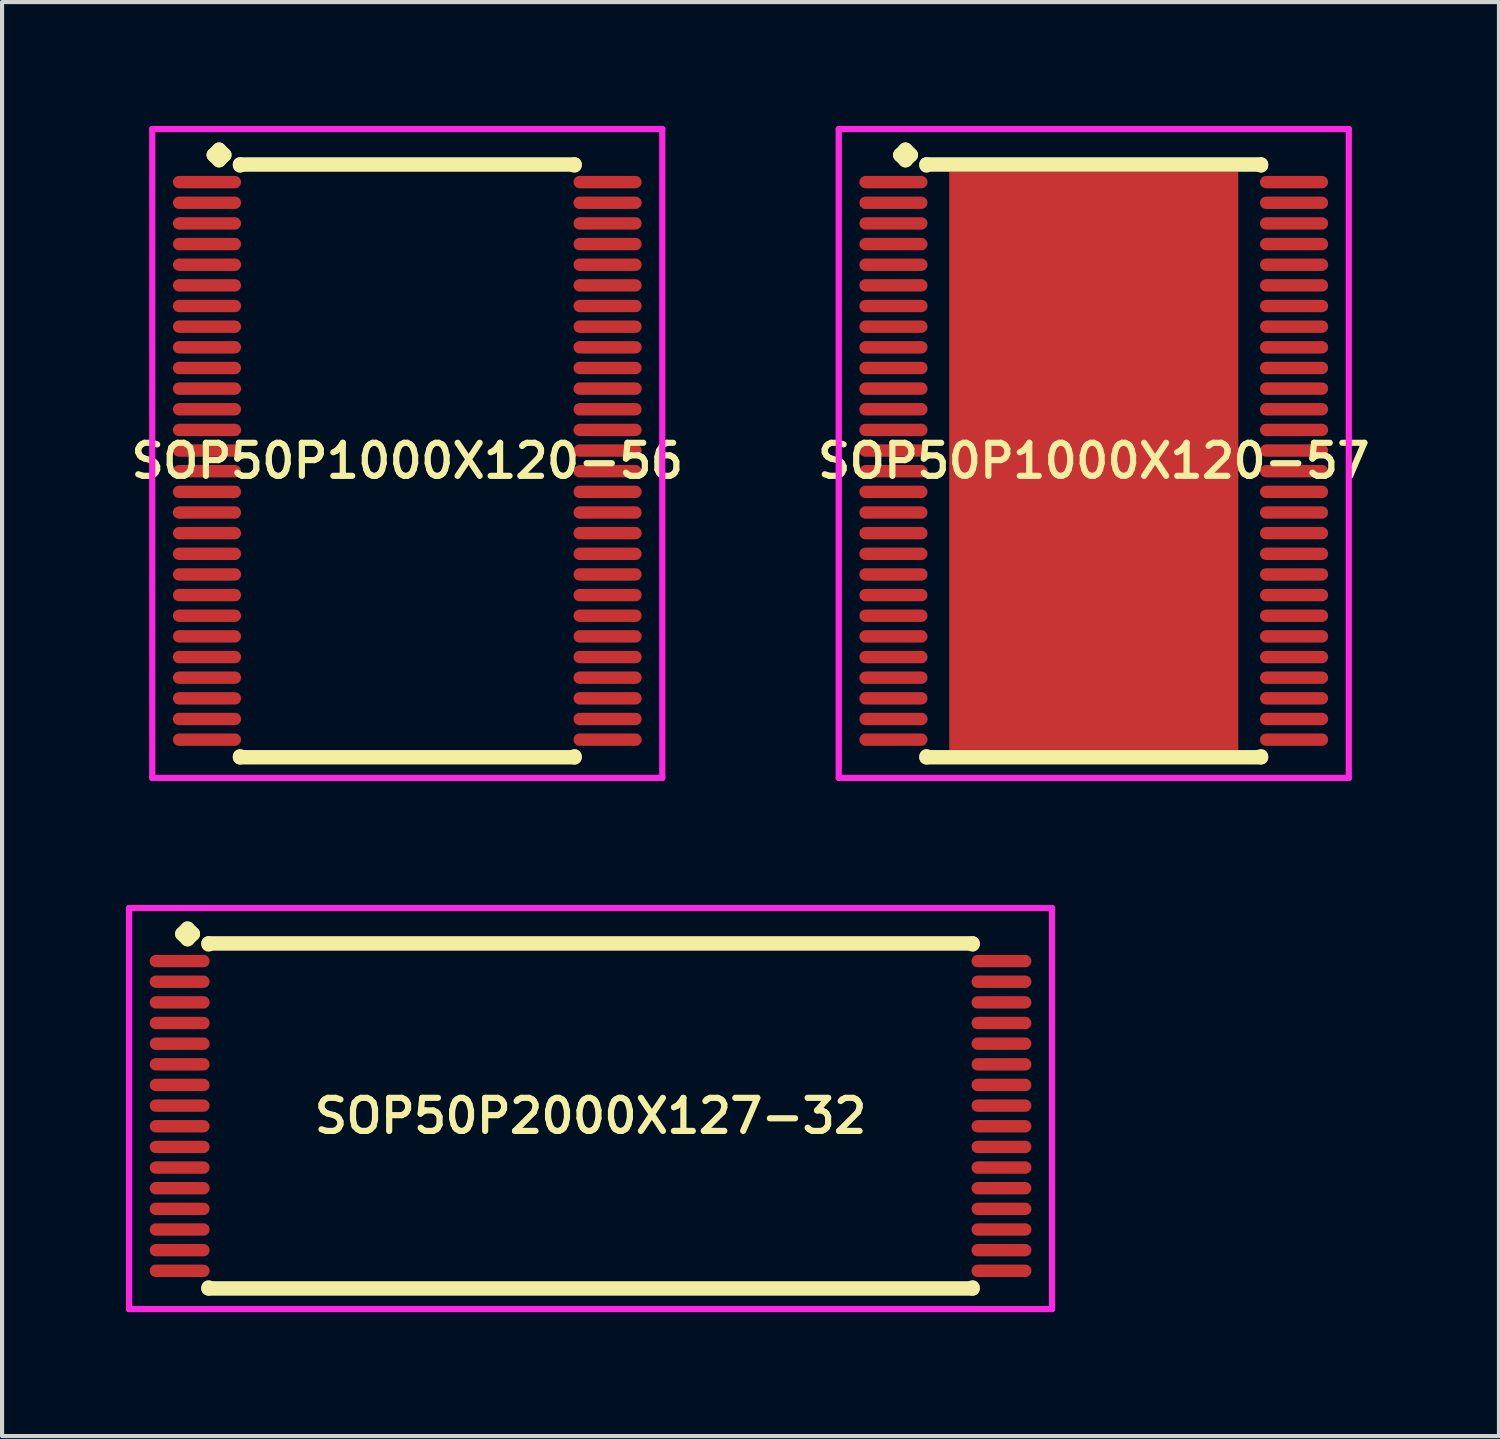
<source format=kicad_pcb>
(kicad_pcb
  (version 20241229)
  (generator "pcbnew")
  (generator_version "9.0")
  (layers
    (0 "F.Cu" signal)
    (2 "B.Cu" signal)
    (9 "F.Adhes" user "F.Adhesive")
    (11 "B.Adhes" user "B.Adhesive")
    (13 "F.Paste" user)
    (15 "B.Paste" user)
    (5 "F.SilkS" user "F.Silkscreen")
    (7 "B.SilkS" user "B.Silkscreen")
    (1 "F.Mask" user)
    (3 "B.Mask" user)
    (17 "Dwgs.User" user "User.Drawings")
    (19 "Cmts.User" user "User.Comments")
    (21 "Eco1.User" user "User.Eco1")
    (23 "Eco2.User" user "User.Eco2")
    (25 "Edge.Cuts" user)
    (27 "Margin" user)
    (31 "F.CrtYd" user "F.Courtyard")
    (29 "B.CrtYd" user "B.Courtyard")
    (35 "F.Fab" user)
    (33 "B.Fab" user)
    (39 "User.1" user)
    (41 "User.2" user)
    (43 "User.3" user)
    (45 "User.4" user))
  (footprint "SOP50P1000X120-56"
    (layer "F.Cu")
    (at 6.812 8.11)
    (property "Reference" "SOP50P1000X120-56" (at 0 0 0) (layer "F.SilkS") (effects (font (size 0.8 0.8) (thickness 0.15))))
    (attr smd)
    (fp_line (start -4.685 -7.408) (end -4.558 -7.535) (stroke (width 0.35) (type solid)) (layer "F.SilkS"))
    (fp_line (start -4.558 -7.535) (end -4.431 -7.408) (stroke (width 0.35) (type solid)) (layer "F.SilkS"))
    (fp_line (start -4.558 -7.281) (end -4.685 -7.408) (stroke (width 0.35) (type solid)) (layer "F.SilkS"))
    (fp_line (start -4.431 -7.408) (end -4.558 -7.281) (stroke (width 0.35) (type solid)) (layer "F.SilkS"))
    (fp_line (start -4.05 -7.177) (end 4.05 -7.177) (stroke (width 0.35) (type solid)) (layer "F.SilkS"))
    (fp_line (start -4.05 -7.154) (end -4.05 -7.177) (stroke (width 0.35) (type solid)) (layer "F.SilkS"))
    (fp_line (start -4.05 7.154) (end -4.05 7.177) (stroke (width 0.35) (type solid)) (layer "F.SilkS"))
    (fp_line (start -4.05 7.177) (end 4.05 7.177) (stroke (width 0.35) (type solid)) (layer "F.SilkS"))
    (fp_line (start 4.05 -7.177) (end 4.05 -7.154) (stroke (width 0.35) (type solid)) (layer "F.SilkS"))
    (fp_line (start 4.05 7.177) (end 4.05 7.154) (stroke (width 0.35) (type solid)) (layer "F.SilkS"))
    (fp_line (start -6.175 -8.035) (end 6.175 -8.035) (stroke (width 0.15) (type solid)) (layer "F.CrtYd"))
    (fp_line (start -6.175 7.677) (end -6.175 -8.035) (stroke (width 0.15) (type solid)) (layer "F.CrtYd"))
    (fp_line (start 6.175 -8.035) (end 6.175 7.677) (stroke (width 0.15) (type solid)) (layer "F.CrtYd"))
    (fp_line (start 6.175 7.677) (end -6.175 7.677) (stroke (width 0.15) (type solid)) (layer "F.CrtYd"))
    (pad "1" smd oval (at -4.85 -6.75) (size 1.65 0.3) (layers "F.Cu" "F.Mask" "F.Paste"))
    (pad "2" smd oval (at -4.85 -6.25) (size 1.65 0.3) (layers "F.Cu" "F.Mask" "F.Paste"))
    (pad "3" smd oval (at -4.85 -5.75) (size 1.65 0.3) (layers "F.Cu" "F.Mask" "F.Paste"))
    (pad "4" smd oval (at -4.85 -5.25) (size 1.65 0.3) (layers "F.Cu" "F.Mask" "F.Paste"))
    (pad "5" smd oval (at -4.85 -4.75) (size 1.65 0.3) (layers "F.Cu" "F.Mask" "F.Paste"))
    (pad "6" smd oval (at -4.85 -4.25) (size 1.65 0.3) (layers "F.Cu" "F.Mask" "F.Paste"))
    (pad "7" smd oval (at -4.85 -3.75) (size 1.65 0.3) (layers "F.Cu" "F.Mask" "F.Paste"))
    (pad "8" smd oval (at -4.85 -3.25) (size 1.65 0.3) (layers "F.Cu" "F.Mask" "F.Paste"))
    (pad "9" smd oval (at -4.85 -2.75) (size 1.65 0.3) (layers "F.Cu" "F.Mask" "F.Paste"))
    (pad "10" smd oval (at -4.85 -2.25) (size 1.65 0.3) (layers "F.Cu" "F.Mask" "F.Paste"))
    (pad "11" smd oval (at -4.85 -1.75) (size 1.65 0.3) (layers "F.Cu" "F.Mask" "F.Paste"))
    (pad "12" smd oval (at -4.85 -1.25) (size 1.65 0.3) (layers "F.Cu" "F.Mask" "F.Paste"))
    (pad "13" smd oval (at -4.85 -0.75) (size 1.65 0.3) (layers "F.Cu" "F.Mask" "F.Paste"))
    (pad "14" smd oval (at -4.85 -0.25) (size 1.65 0.3) (layers "F.Cu" "F.Mask" "F.Paste"))
    (pad "15" smd oval (at -4.85 0.25) (size 1.65 0.3) (layers "F.Cu" "F.Mask" "F.Paste"))
    (pad "16" smd oval (at -4.85 0.75) (size 1.65 0.3) (layers "F.Cu" "F.Mask" "F.Paste"))
    (pad "17" smd oval (at -4.85 1.25) (size 1.65 0.3) (layers "F.Cu" "F.Mask" "F.Paste"))
    (pad "18" smd oval (at -4.85 1.75) (size 1.65 0.3) (layers "F.Cu" "F.Mask" "F.Paste"))
    (pad "19" smd oval (at -4.85 2.25) (size 1.65 0.3) (layers "F.Cu" "F.Mask" "F.Paste"))
    (pad "20" smd oval (at -4.85 2.75) (size 1.65 0.3) (layers "F.Cu" "F.Mask" "F.Paste"))
    (pad "21" smd oval (at -4.85 3.25) (size 1.65 0.3) (layers "F.Cu" "F.Mask" "F.Paste"))
    (pad "22" smd oval (at -4.85 3.75) (size 1.65 0.3) (layers "F.Cu" "F.Mask" "F.Paste"))
    (pad "23" smd oval (at -4.85 4.25) (size 1.65 0.3) (layers "F.Cu" "F.Mask" "F.Paste"))
    (pad "24" smd oval (at -4.85 4.75) (size 1.65 0.3) (layers "F.Cu" "F.Mask" "F.Paste"))
    (pad "25" smd oval (at -4.85 5.25) (size 1.65 0.3) (layers "F.Cu" "F.Mask" "F.Paste"))
    (pad "26" smd oval (at -4.85 5.75) (size 1.65 0.3) (layers "F.Cu" "F.Mask" "F.Paste"))
    (pad "27" smd oval (at -4.85 6.25) (size 1.65 0.3) (layers "F.Cu" "F.Mask" "F.Paste"))
    (pad "28" smd oval (at -4.85 6.75) (size 1.65 0.3) (layers "F.Cu" "F.Mask" "F.Paste"))
    (pad "29" smd oval (at 4.85 6.75) (size 1.65 0.3) (layers "F.Cu" "F.Mask" "F.Paste"))
    (pad "30" smd oval (at 4.85 6.25) (size 1.65 0.3) (layers "F.Cu" "F.Mask" "F.Paste"))
    (pad "31" smd oval (at 4.85 5.75) (size 1.65 0.3) (layers "F.Cu" "F.Mask" "F.Paste"))
    (pad "32" smd oval (at 4.85 5.25) (size 1.65 0.3) (layers "F.Cu" "F.Mask" "F.Paste"))
    (pad "33" smd oval (at 4.85 4.75) (size 1.65 0.3) (layers "F.Cu" "F.Mask" "F.Paste"))
    (pad "34" smd oval (at 4.85 4.25) (size 1.65 0.3) (layers "F.Cu" "F.Mask" "F.Paste"))
    (pad "35" smd oval (at 4.85 3.75) (size 1.65 0.3) (layers "F.Cu" "F.Mask" "F.Paste"))
    (pad "36" smd oval (at 4.85 3.25) (size 1.65 0.3) (layers "F.Cu" "F.Mask" "F.Paste"))
    (pad "37" smd oval (at 4.85 2.75) (size 1.65 0.3) (layers "F.Cu" "F.Mask" "F.Paste"))
    (pad "38" smd oval (at 4.85 2.25) (size 1.65 0.3) (layers "F.Cu" "F.Mask" "F.Paste"))
    (pad "39" smd oval (at 4.85 1.75) (size 1.65 0.3) (layers "F.Cu" "F.Mask" "F.Paste"))
    (pad "40" smd oval (at 4.85 1.25) (size 1.65 0.3) (layers "F.Cu" "F.Mask" "F.Paste"))
    (pad "41" smd oval (at 4.85 0.75) (size 1.65 0.3) (layers "F.Cu" "F.Mask" "F.Paste"))
    (pad "42" smd oval (at 4.85 0.25) (size 1.65 0.3) (layers "F.Cu" "F.Mask" "F.Paste"))
    (pad "43" smd oval (at 4.85 -0.25) (size 1.65 0.3) (layers "F.Cu" "F.Mask" "F.Paste"))
    (pad "44" smd oval (at 4.85 -0.75) (size 1.65 0.3) (layers "F.Cu" "F.Mask" "F.Paste"))
    (pad "45" smd oval (at 4.85 -1.25) (size 1.65 0.3) (layers "F.Cu" "F.Mask" "F.Paste"))
    (pad "46" smd oval (at 4.85 -1.75) (size 1.65 0.3) (layers "F.Cu" "F.Mask" "F.Paste"))
    (pad "47" smd oval (at 4.85 -2.25) (size 1.65 0.3) (layers "F.Cu" "F.Mask" "F.Paste"))
    (pad "48" smd oval (at 4.85 -2.75) (size 1.65 0.3) (layers "F.Cu" "F.Mask" "F.Paste"))
    (pad "49" smd oval (at 4.85 -3.25) (size 1.65 0.3) (layers "F.Cu" "F.Mask" "F.Paste"))
    (pad "50" smd oval (at 4.85 -3.75) (size 1.65 0.3) (layers "F.Cu" "F.Mask" "F.Paste"))
    (pad "51" smd oval (at 4.85 -4.25) (size 1.65 0.3) (layers "F.Cu" "F.Mask" "F.Paste"))
    (pad "52" smd oval (at 4.85 -4.75) (size 1.65 0.3) (layers "F.Cu" "F.Mask" "F.Paste"))
    (pad "53" smd oval (at 4.85 -5.25) (size 1.65 0.3) (layers "F.Cu" "F.Mask" "F.Paste"))
    (pad "54" smd oval (at 4.85 -5.75) (size 1.65 0.3) (layers "F.Cu" "F.Mask" "F.Paste"))
    (pad "55" smd oval (at 4.85 -6.25) (size 1.65 0.3) (layers "F.Cu" "F.Mask" "F.Paste"))
    (pad "56" smd oval (at 4.85 -6.75) (size 1.65 0.3) (layers "F.Cu" "F.Mask" "F.Paste")))
  (footprint "SOP50P1000X120-57"
    (layer "F.Cu")
    (at 23.435 8.11)
    (property "Reference" "SOP50P1000X120-57" (at 0 0 0) (layer "F.SilkS") (effects (font (size 0.8 0.8) (thickness 0.15))))
    (attr smd)
    (fp_line (start -4.685 -7.408) (end -4.558 -7.535) (stroke (width 0.35) (type solid)) (layer "F.SilkS"))
    (fp_line (start -4.558 -7.535) (end -4.431 -7.408) (stroke (width 0.35) (type solid)) (layer "F.SilkS"))
    (fp_line (start -4.558 -7.281) (end -4.685 -7.408) (stroke (width 0.35) (type solid)) (layer "F.SilkS"))
    (fp_line (start -4.431 -7.408) (end -4.558 -7.281) (stroke (width 0.35) (type solid)) (layer "F.SilkS"))
    (fp_line (start -4.05 -7.177) (end 4.05 -7.177) (stroke (width 0.35) (type solid)) (layer "F.SilkS"))
    (fp_line (start -4.05 -7.154) (end -4.05 -7.177) (stroke (width 0.35) (type solid)) (layer "F.SilkS"))
    (fp_line (start -4.05 7.154) (end -4.05 7.177) (stroke (width 0.35) (type solid)) (layer "F.SilkS"))
    (fp_line (start -4.05 7.177) (end 4.05 7.177) (stroke (width 0.35) (type solid)) (layer "F.SilkS"))
    (fp_line (start 4.05 -7.177) (end 4.05 -7.154) (stroke (width 0.35) (type solid)) (layer "F.SilkS"))
    (fp_line (start 4.05 7.177) (end 4.05 7.154) (stroke (width 0.35) (type solid)) (layer "F.SilkS"))
    (fp_line (start -6.175 -8.035) (end 6.175 -8.035) (stroke (width 0.15) (type solid)) (layer "F.CrtYd"))
    (fp_line (start -6.175 7.677) (end -6.175 -8.035) (stroke (width 0.15) (type solid)) (layer "F.CrtYd"))
    (fp_line (start 6.175 -8.035) (end 6.175 7.677) (stroke (width 0.15) (type solid)) (layer "F.CrtYd"))
    (fp_line (start 6.175 7.677) (end -6.175 7.677) (stroke (width 0.15) (type solid)) (layer "F.CrtYd"))
    (pad "1" smd oval (at -4.85 -6.75) (size 1.65 0.3) (layers "F.Cu" "F.Mask" "F.Paste"))
    (pad "2" smd oval (at -4.85 -6.25) (size 1.65 0.3) (layers "F.Cu" "F.Mask" "F.Paste"))
    (pad "3" smd oval (at -4.85 -5.75) (size 1.65 0.3) (layers "F.Cu" "F.Mask" "F.Paste"))
    (pad "4" smd oval (at -4.85 -5.25) (size 1.65 0.3) (layers "F.Cu" "F.Mask" "F.Paste"))
    (pad "5" smd oval (at -4.85 -4.75) (size 1.65 0.3) (layers "F.Cu" "F.Mask" "F.Paste"))
    (pad "6" smd oval (at -4.85 -4.25) (size 1.65 0.3) (layers "F.Cu" "F.Mask" "F.Paste"))
    (pad "7" smd oval (at -4.85 -3.75) (size 1.65 0.3) (layers "F.Cu" "F.Mask" "F.Paste"))
    (pad "8" smd oval (at -4.85 -3.25) (size 1.65 0.3) (layers "F.Cu" "F.Mask" "F.Paste"))
    (pad "9" smd oval (at -4.85 -2.75) (size 1.65 0.3) (layers "F.Cu" "F.Mask" "F.Paste"))
    (pad "10" smd oval (at -4.85 -2.25) (size 1.65 0.3) (layers "F.Cu" "F.Mask" "F.Paste"))
    (pad "11" smd oval (at -4.85 -1.75) (size 1.65 0.3) (layers "F.Cu" "F.Mask" "F.Paste"))
    (pad "12" smd oval (at -4.85 -1.25) (size 1.65 0.3) (layers "F.Cu" "F.Mask" "F.Paste"))
    (pad "13" smd oval (at -4.85 -0.75) (size 1.65 0.3) (layers "F.Cu" "F.Mask" "F.Paste"))
    (pad "14" smd oval (at -4.85 -0.25) (size 1.65 0.3) (layers "F.Cu" "F.Mask" "F.Paste"))
    (pad "15" smd oval (at -4.85 0.25) (size 1.65 0.3) (layers "F.Cu" "F.Mask" "F.Paste"))
    (pad "16" smd oval (at -4.85 0.75) (size 1.65 0.3) (layers "F.Cu" "F.Mask" "F.Paste"))
    (pad "17" smd oval (at -4.85 1.25) (size 1.65 0.3) (layers "F.Cu" "F.Mask" "F.Paste"))
    (pad "18" smd oval (at -4.85 1.75) (size 1.65 0.3) (layers "F.Cu" "F.Mask" "F.Paste"))
    (pad "19" smd oval (at -4.85 2.25) (size 1.65 0.3) (layers "F.Cu" "F.Mask" "F.Paste"))
    (pad "20" smd oval (at -4.85 2.75) (size 1.65 0.3) (layers "F.Cu" "F.Mask" "F.Paste"))
    (pad "21" smd oval (at -4.85 3.25) (size 1.65 0.3) (layers "F.Cu" "F.Mask" "F.Paste"))
    (pad "22" smd oval (at -4.85 3.75) (size 1.65 0.3) (layers "F.Cu" "F.Mask" "F.Paste"))
    (pad "23" smd oval (at -4.85 4.25) (size 1.65 0.3) (layers "F.Cu" "F.Mask" "F.Paste"))
    (pad "24" smd oval (at -4.85 4.75) (size 1.65 0.3) (layers "F.Cu" "F.Mask" "F.Paste"))
    (pad "25" smd oval (at -4.85 5.25) (size 1.65 0.3) (layers "F.Cu" "F.Mask" "F.Paste"))
    (pad "26" smd oval (at -4.85 5.75) (size 1.65 0.3) (layers "F.Cu" "F.Mask" "F.Paste"))
    (pad "27" smd oval (at -4.85 6.25) (size 1.65 0.3) (layers "F.Cu" "F.Mask" "F.Paste"))
    (pad "28" smd oval (at -4.85 6.75) (size 1.65 0.3) (layers "F.Cu" "F.Mask" "F.Paste"))
    (pad "29" smd oval (at 4.85 6.75) (size 1.65 0.3) (layers "F.Cu" "F.Mask" "F.Paste"))
    (pad "30" smd oval (at 4.85 6.25) (size 1.65 0.3) (layers "F.Cu" "F.Mask" "F.Paste"))
    (pad "31" smd oval (at 4.85 5.75) (size 1.65 0.3) (layers "F.Cu" "F.Mask" "F.Paste"))
    (pad "32" smd oval (at 4.85 5.25) (size 1.65 0.3) (layers "F.Cu" "F.Mask" "F.Paste"))
    (pad "33" smd oval (at 4.85 4.75) (size 1.65 0.3) (layers "F.Cu" "F.Mask" "F.Paste"))
    (pad "34" smd oval (at 4.85 4.25) (size 1.65 0.3) (layers "F.Cu" "F.Mask" "F.Paste"))
    (pad "35" smd oval (at 4.85 3.75) (size 1.65 0.3) (layers "F.Cu" "F.Mask" "F.Paste"))
    (pad "36" smd oval (at 4.85 3.25) (size 1.65 0.3) (layers "F.Cu" "F.Mask" "F.Paste"))
    (pad "37" smd oval (at 4.85 2.75) (size 1.65 0.3) (layers "F.Cu" "F.Mask" "F.Paste"))
    (pad "38" smd oval (at 4.85 2.25) (size 1.65 0.3) (layers "F.Cu" "F.Mask" "F.Paste"))
    (pad "39" smd oval (at 4.85 1.75) (size 1.65 0.3) (layers "F.Cu" "F.Mask" "F.Paste"))
    (pad "40" smd oval (at 4.85 1.25) (size 1.65 0.3) (layers "F.Cu" "F.Mask" "F.Paste"))
    (pad "41" smd oval (at 4.85 0.75) (size 1.65 0.3) (layers "F.Cu" "F.Mask" "F.Paste"))
    (pad "42" smd oval (at 4.85 0.25) (size 1.65 0.3) (layers "F.Cu" "F.Mask" "F.Paste"))
    (pad "43" smd oval (at 4.85 -0.25) (size 1.65 0.3) (layers "F.Cu" "F.Mask" "F.Paste"))
    (pad "44" smd oval (at 4.85 -0.75) (size 1.65 0.3) (layers "F.Cu" "F.Mask" "F.Paste"))
    (pad "45" smd oval (at 4.85 -1.25) (size 1.65 0.3) (layers "F.Cu" "F.Mask" "F.Paste"))
    (pad "46" smd oval (at 4.85 -1.75) (size 1.65 0.3) (layers "F.Cu" "F.Mask" "F.Paste"))
    (pad "47" smd oval (at 4.85 -2.25) (size 1.65 0.3) (layers "F.Cu" "F.Mask" "F.Paste"))
    (pad "48" smd oval (at 4.85 -2.75) (size 1.65 0.3) (layers "F.Cu" "F.Mask" "F.Paste"))
    (pad "49" smd oval (at 4.85 -3.25) (size 1.65 0.3) (layers "F.Cu" "F.Mask" "F.Paste"))
    (pad "50" smd oval (at 4.85 -3.75) (size 1.65 0.3) (layers "F.Cu" "F.Mask" "F.Paste"))
    (pad "51" smd oval (at 4.85 -4.25) (size 1.65 0.3) (layers "F.Cu" "F.Mask" "F.Paste"))
    (pad "52" smd oval (at 4.85 -4.75) (size 1.65 0.3) (layers "F.Cu" "F.Mask" "F.Paste"))
    (pad "53" smd oval (at 4.85 -5.25) (size 1.65 0.3) (layers "F.Cu" "F.Mask" "F.Paste"))
    (pad "54" smd oval (at 4.85 -5.75) (size 1.65 0.3) (layers "F.Cu" "F.Mask" "F.Paste"))
    (pad "55" smd oval (at 4.85 -6.25) (size 1.65 0.3) (layers "F.Cu" "F.Mask" "F.Paste"))
    (pad "56" smd oval (at 4.85 -6.75) (size 1.65 0.3) (layers "F.Cu" "F.Mask" "F.Paste"))
    (pad "57" smd rect (at 0 0) (size 7 14) (layers "F.Cu" "F.Mask" "F.Paste")))
  (footprint "SOP50P2000X127-32"
    (layer "F.Cu")
    (at 11.25 23.972)
    (property "Reference" "SOP50P2000X127-32" (at 0 0 0) (layer "F.SilkS") (effects (font (size 0.8 0.8) (thickness 0.15))))
    (attr through_hole)
    (fp_line (start -9.885 -4.408) (end -9.758 -4.535) (stroke (width 0.35) (type solid)) (layer "F.SilkS"))
    (fp_line (start -9.758 -4.535) (end -9.631 -4.408) (stroke (width 0.35) (type solid)) (layer "F.SilkS"))
    (fp_line (start -9.758 -4.281) (end -9.885 -4.408) (stroke (width 0.35) (type solid)) (layer "F.SilkS"))
    (fp_line (start -9.631 -4.408) (end -9.758 -4.281) (stroke (width 0.35) (type solid)) (layer "F.SilkS"))
    (fp_line (start -9.25 -4.177) (end 9.25 -4.177) (stroke (width 0.35) (type solid)) (layer "F.SilkS"))
    (fp_line (start -9.25 -4.154) (end -9.25 -4.177) (stroke (width 0.35) (type solid)) (layer "F.SilkS"))
    (fp_line (start -9.25 4.154) (end -9.25 4.177) (stroke (width 0.35) (type solid)) (layer "F.SilkS"))
    (fp_line (start -9.25 4.177) (end 9.25 4.177) (stroke (width 0.35) (type solid)) (layer "F.SilkS"))
    (fp_line (start 9.25 -4.177) (end 9.25 -4.154) (stroke (width 0.35) (type solid)) (layer "F.SilkS"))
    (fp_line (start 9.25 4.177) (end 9.25 4.154) (stroke (width 0.35) (type solid)) (layer "F.SilkS"))
    (fp_line (start -11.175 -5.035) (end 11.175 -5.035) (stroke (width 0.15) (type solid)) (layer "F.CrtYd"))
    (fp_line (start -11.175 4.677) (end -11.175 -5.035) (stroke (width 0.15) (type solid)) (layer "F.CrtYd"))
    (fp_line (start 11.175 -5.035) (end 11.175 4.677) (stroke (width 0.15) (type solid)) (layer "F.CrtYd"))
    (fp_line (start 11.175 4.677) (end -11.175 4.677) (stroke (width 0.15) (type solid)) (layer "F.CrtYd"))
    (pad "1" smd oval (at -9.95 -3.75) (size 1.45 0.3) (layers "F.Cu" "F.Mask" "F.Paste"))
    (pad "2" smd oval (at -9.95 -3.25) (size 1.45 0.3) (layers "F.Cu" "F.Mask" "F.Paste"))
    (pad "3" smd oval (at -9.95 -2.75) (size 1.45 0.3) (layers "F.Cu" "F.Mask" "F.Paste"))
    (pad "4" smd oval (at -9.95 -2.25) (size 1.45 0.3) (layers "F.Cu" "F.Mask" "F.Paste"))
    (pad "5" smd oval (at -9.95 -1.75) (size 1.45 0.3) (layers "F.Cu" "F.Mask" "F.Paste"))
    (pad "6" smd oval (at -9.95 -1.25) (size 1.45 0.3) (layers "F.Cu" "F.Mask" "F.Paste"))
    (pad "7" smd oval (at -9.95 -0.75) (size 1.45 0.3) (layers "F.Cu" "F.Mask" "F.Paste"))
    (pad "8" smd oval (at -9.95 -0.25) (size 1.45 0.3) (layers "F.Cu" "F.Mask" "F.Paste"))
    (pad "9" smd oval (at -9.95 0.25) (size 1.45 0.3) (layers "F.Cu" "F.Mask" "F.Paste"))
    (pad "10" smd oval (at -9.95 0.75) (size 1.45 0.3) (layers "F.Cu" "F.Mask" "F.Paste"))
    (pad "11" smd oval (at -9.95 1.25) (size 1.45 0.3) (layers "F.Cu" "F.Mask" "F.Paste"))
    (pad "12" smd oval (at -9.95 1.75) (size 1.45 0.3) (layers "F.Cu" "F.Mask" "F.Paste"))
    (pad "13" smd oval (at -9.95 2.25) (size 1.45 0.3) (layers "F.Cu" "F.Mask" "F.Paste"))
    (pad "14" smd oval (at -9.95 2.75) (size 1.45 0.3) (layers "F.Cu" "F.Mask" "F.Paste"))
    (pad "15" smd oval (at -9.95 3.25) (size 1.45 0.3) (layers "F.Cu" "F.Mask" "F.Paste"))
    (pad "16" smd oval (at -9.95 3.75) (size 1.45 0.3) (layers "F.Cu" "F.Mask" "F.Paste"))
    (pad "17" smd oval (at 9.95 3.75) (size 1.45 0.3) (layers "F.Cu" "F.Mask" "F.Paste"))
    (pad "18" smd oval (at 9.95 3.25) (size 1.45 0.3) (layers "F.Cu" "F.Mask" "F.Paste"))
    (pad "19" smd oval (at 9.95 2.75) (size 1.45 0.3) (layers "F.Cu" "F.Mask" "F.Paste"))
    (pad "20" smd oval (at 9.95 2.25) (size 1.45 0.3) (layers "F.Cu" "F.Mask" "F.Paste"))
    (pad "21" smd oval (at 9.95 1.75) (size 1.45 0.3) (layers "F.Cu" "F.Mask" "F.Paste"))
    (pad "22" smd oval (at 9.95 1.25) (size 1.45 0.3) (layers "F.Cu" "F.Mask" "F.Paste"))
    (pad "23" smd oval (at 9.95 0.75) (size 1.45 0.3) (layers "F.Cu" "F.Mask" "F.Paste"))
    (pad "24" smd oval (at 9.95 0.25) (size 1.45 0.3) (layers "F.Cu" "F.Mask" "F.Paste"))
    (pad "25" smd oval (at 9.95 -0.25) (size 1.45 0.3) (layers "F.Cu" "F.Mask" "F.Paste"))
    (pad "26" smd oval (at 9.95 -0.75) (size 1.45 0.3) (layers "F.Cu" "F.Mask" "F.Paste"))
    (pad "27" smd oval (at 9.95 -1.25) (size 1.45 0.3) (layers "F.Cu" "F.Mask" "F.Paste"))
    (pad "28" smd oval (at 9.95 -1.75) (size 1.45 0.3) (layers "F.Cu" "F.Mask" "F.Paste"))
    (pad "29" smd oval (at 9.95 -2.25) (size 1.45 0.3) (layers "F.Cu" "F.Mask" "F.Paste"))
    (pad "30" smd oval (at 9.95 -2.75) (size 1.45 0.3) (layers "F.Cu" "F.Mask" "F.Paste"))
    (pad "31" smd oval (at 9.95 -3.25) (size 1.45 0.3) (layers "F.Cu" "F.Mask" "F.Paste"))
    (pad "32" smd oval (at 9.95 -3.75) (size 1.45 0.3) (layers "F.Cu" "F.Mask" "F.Paste")))
  (gr_rect
    (start -3 -3)
    (end 33.247 31.724)
    (stroke (width 0.1) (type default))
    (fill no)
    (layer "Edge.Cuts")))
</source>
